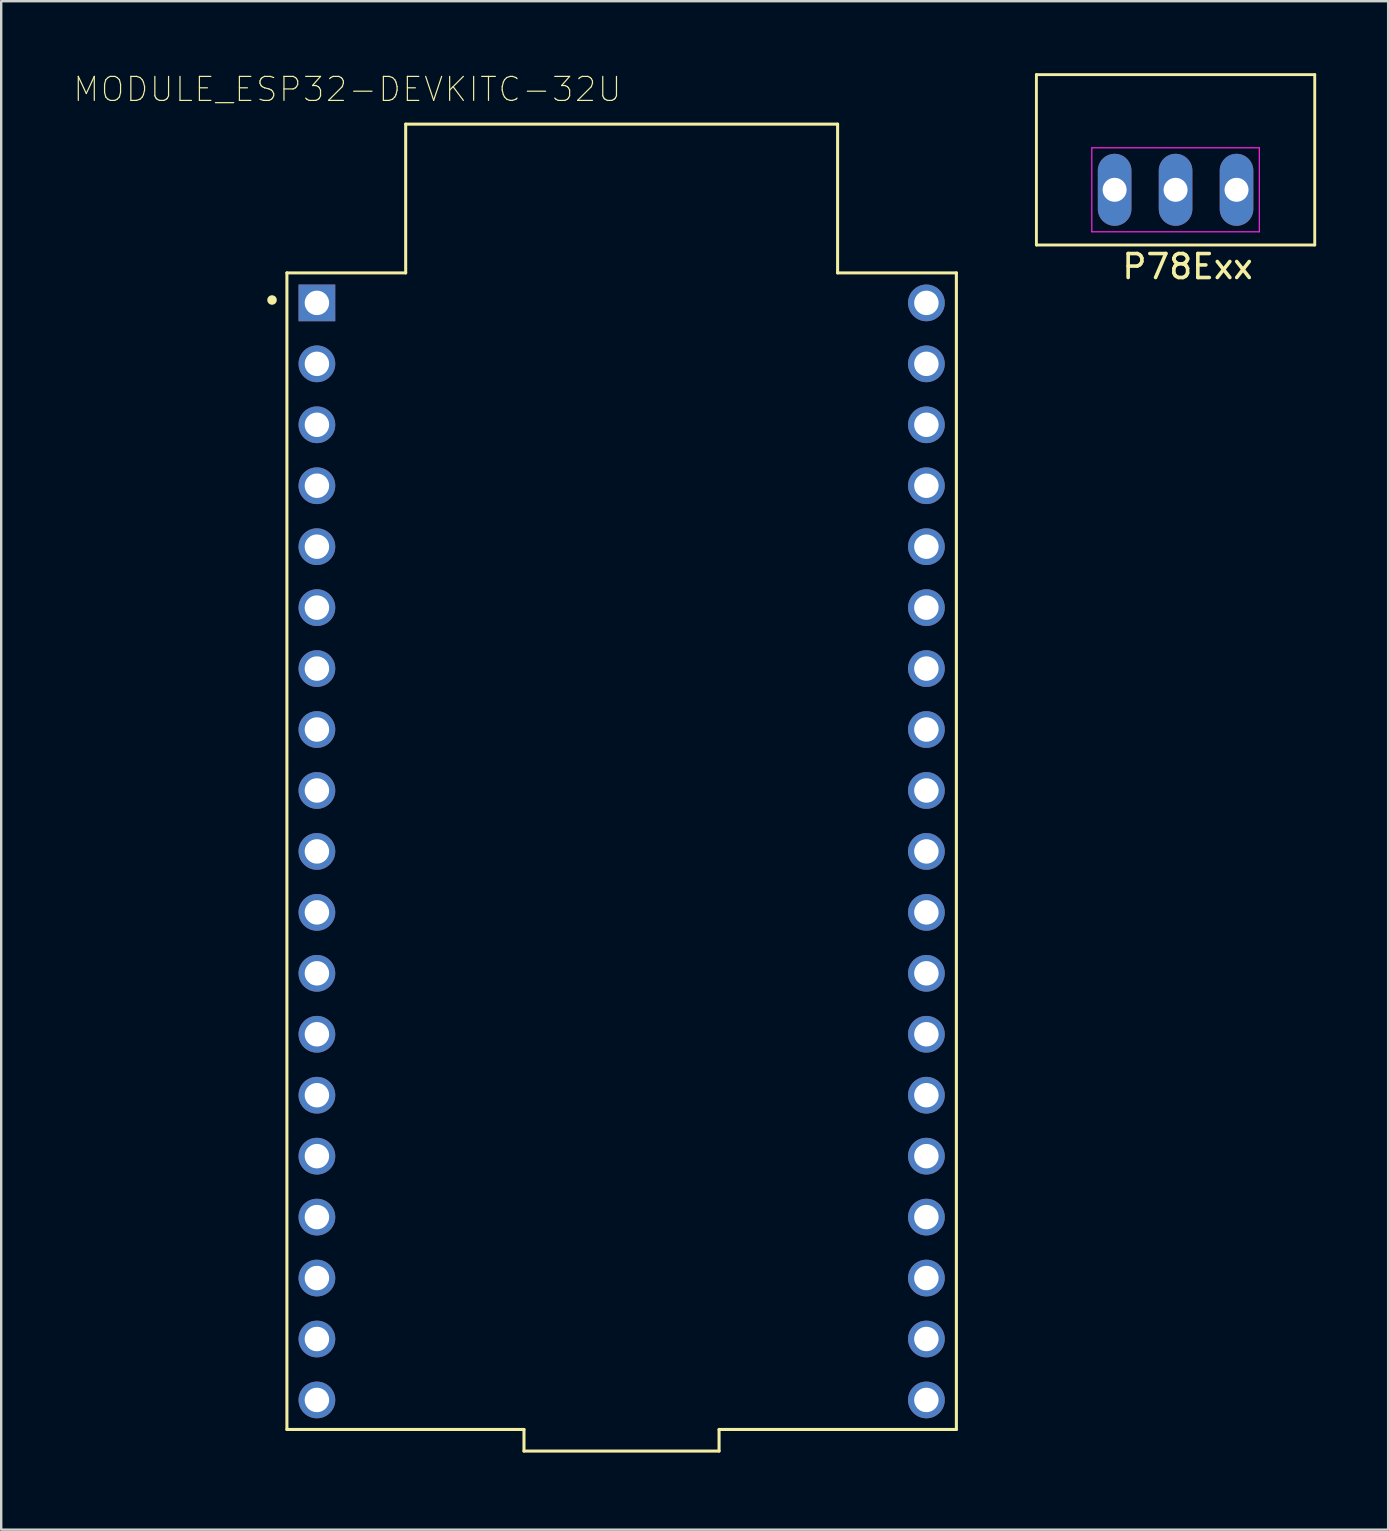
<source format=kicad_pcb>
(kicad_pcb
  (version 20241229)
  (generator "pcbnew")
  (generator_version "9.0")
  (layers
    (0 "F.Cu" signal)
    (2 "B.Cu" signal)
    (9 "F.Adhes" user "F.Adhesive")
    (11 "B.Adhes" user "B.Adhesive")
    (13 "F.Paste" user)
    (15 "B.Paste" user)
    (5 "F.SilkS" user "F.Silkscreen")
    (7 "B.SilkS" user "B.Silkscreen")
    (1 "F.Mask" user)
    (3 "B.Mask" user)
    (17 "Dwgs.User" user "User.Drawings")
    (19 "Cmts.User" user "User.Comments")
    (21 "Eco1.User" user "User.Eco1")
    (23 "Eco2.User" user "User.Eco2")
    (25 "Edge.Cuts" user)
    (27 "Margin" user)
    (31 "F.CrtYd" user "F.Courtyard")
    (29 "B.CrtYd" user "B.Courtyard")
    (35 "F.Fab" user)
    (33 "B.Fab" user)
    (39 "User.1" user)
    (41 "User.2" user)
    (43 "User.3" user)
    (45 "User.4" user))
  (footprint "P78Exx"
    (layer "F.Cu")
    (at 45.942 4.86)
    (property "Reference" "P78Exx" (at 0.5 3.2 0) (layer "F.SilkS") (effects (font (size 1 1) (thickness 0.15))))
    (attr through_hole)
    (fp_line (start -5.8 -4.8) (end -5.8 2.3) (stroke (width 0.12) (type solid)) (layer "F.SilkS"))
    (fp_line (start -5.8 2.3) (end 5.8 2.3) (stroke (width 0.12) (type solid)) (layer "F.SilkS"))
    (fp_line (start 5.8 -4.8) (end -5.8 -4.8) (stroke (width 0.12) (type solid)) (layer "F.SilkS"))
    (fp_line (start 5.8 2.3) (end 5.8 -4.8) (stroke (width 0.12) (type solid)) (layer "F.SilkS"))
    (fp_line (start -3.49 -1.75) (end 3.49 -1.75) (stroke (width 0.05) (type solid)) (layer "F.CrtYd"))
    (fp_line (start -3.49 1.75) (end -3.49 -1.75) (stroke (width 0.05) (type solid)) (layer "F.CrtYd"))
    (fp_line (start 3.49 -1.75) (end 3.49 1.75) (stroke (width 0.05) (type solid)) (layer "F.CrtYd"))
    (fp_line (start 3.49 1.75) (end -3.49 1.75) (stroke (width 0.05) (type solid)) (layer "F.CrtYd"))
    (pad "1" thru_hole oval (at -2.54 0) (size 1.4 3) (drill 1) (layers "*.Cu" "*.Mask"))
    (pad "2" thru_hole oval (at 0 0) (size 1.4 3) (drill 1) (layers "*.Cu" "*.Mask"))
    (pad "3" thru_hole oval (at 2.54 0) (size 1.4 3) (drill 1) (layers "*.Cu" "*.Mask")))
  (footprint "MODULE_ESP32-DEVKITC-32U"
    (layer "F.Cu")
    (at 22.857 32.423)
    (property "Reference" "MODULE_ESP32-DEVKITC-32U" (at -11.43 -31.75 0) (layer "F.SilkS") (effects (font (size 1 1) (thickness 0.05))))
    (attr through_hole)
    (fp_line (start -13.95 -24.1) (end -13.95 24.1) (stroke (width 0.127) (type solid)) (layer "F.SilkS"))
    (fp_line (start -13.95 24.1) (end -4.07 24.1) (stroke (width 0.127) (type solid)) (layer "F.SilkS"))
    (fp_line (start -9 -30.3) (end 9 -30.3) (stroke (width 0.127) (type solid)) (layer "F.SilkS"))
    (fp_line (start -9 -24.1) (end -13.95 -24.1) (stroke (width 0.127) (type solid)) (layer "F.SilkS"))
    (fp_line (start -9 -24.1) (end -9 -30.3) (stroke (width 0.127) (type solid)) (layer "F.SilkS"))
    (fp_line (start -4.07 24.1) (end -4.07 25) (stroke (width 0.127) (type solid)) (layer "F.SilkS"))
    (fp_line (start -4.07 25) (end 4.06 25) (stroke (width 0.127) (type solid)) (layer "F.SilkS"))
    (fp_line (start 4.06 24.1) (end 13.95 24.1) (stroke (width 0.127) (type solid)) (layer "F.SilkS"))
    (fp_line (start 4.06 25) (end 4.06 24.1) (stroke (width 0.127) (type solid)) (layer "F.SilkS"))
    (fp_line (start 9 -30.3) (end 9 -24.1) (stroke (width 0.127) (type solid)) (layer "F.SilkS"))
    (fp_line (start 13.95 -24.1) (end 9 -24.1) (stroke (width 0.127) (type solid)) (layer "F.SilkS"))
    (fp_line (start 13.95 24.1) (end 13.95 -24.1) (stroke (width 0.127) (type solid)) (layer "F.SilkS"))
    (fp_circle (center -14.57 -22.97) (end -14.47 -22.97) (stroke (width 0.2) (type solid)) (fill no) (layer "F.SilkS"))
    (fp_line (start -14.2 -24.38) (end -14.2 24.38) (stroke (width 0.05) (type solid)) (layer "Eco1.User"))
    (fp_line (start -14.2 24.38) (end -4.32 24.38) (stroke (width 0.05) (type solid)) (layer "Eco1.User"))
    (fp_line (start -9.25 -30.55) (end 9.25 -30.55) (stroke (width 0.05) (type solid)) (layer "Eco1.User"))
    (fp_line (start -9.25 -24.38) (end -14.2 -24.38) (stroke (width 0.05) (type solid)) (layer "Eco1.User"))
    (fp_line (start -9.25 -24.38) (end -9.25 -30.55) (stroke (width 0.05) (type solid)) (layer "Eco1.User"))
    (fp_line (start -4.32 24.38) (end -4.32 25.25) (stroke (width 0.05) (type solid)) (layer "Eco1.User"))
    (fp_line (start -4.32 25.25) (end 4.31 25.25) (stroke (width 0.05) (type solid)) (layer "Eco1.User"))
    (fp_line (start 4.31 24.38) (end 14.2 24.38) (stroke (width 0.05) (type solid)) (layer "Eco1.User"))
    (fp_line (start 4.31 25.25) (end 4.31 24.38) (stroke (width 0.05) (type solid)) (layer "Eco1.User"))
    (fp_line (start 9.25 -30.55) (end 9.25 -24.38) (stroke (width 0.05) (type solid)) (layer "Eco1.User"))
    (fp_line (start 14.2 -24.38) (end 9.25 -24.38) (stroke (width 0.05) (type solid)) (layer "Eco1.User"))
    (fp_line (start 14.2 24.38) (end 14.2 -24.38) (stroke (width 0.05) (type solid)) (layer "Eco1.User"))
    (fp_line (start -13.95 -24.1) (end -13.95 24.1) (stroke (width 0.127) (type solid)) (layer "Eco2.User"))
    (fp_line (start -13.95 24.1) (end -4.07 24.1) (stroke (width 0.127) (type solid)) (layer "Eco2.User"))
    (fp_line (start -9 -30.3) (end 9 -30.3) (stroke (width 0.127) (type solid)) (layer "Eco2.User"))
    (fp_line (start -9 -24.1) (end -13.95 -24.1) (stroke (width 0.127) (type solid)) (layer "Eco2.User"))
    (fp_line (start -9 -24.1) (end -9 -30.3) (stroke (width 0.127) (type solid)) (layer "Eco2.User"))
    (fp_line (start -4.07 24.1) (end -4.07 25) (stroke (width 0.127) (type solid)) (layer "Eco2.User"))
    (fp_line (start -4.07 25) (end 4.06 25) (stroke (width 0.127) (type solid)) (layer "Eco2.User"))
    (fp_line (start 4.06 24.1) (end 13.95 24.1) (stroke (width 0.127) (type solid)) (layer "Eco2.User"))
    (fp_line (start 4.06 25) (end 4.06 24.1) (stroke (width 0.127) (type solid)) (layer "Eco2.User"))
    (fp_line (start 9 -30.3) (end 9 -24.1) (stroke (width 0.127) (type solid)) (layer "Eco2.User"))
    (fp_line (start 9 -24.1) (end -9 -24.1) (stroke (width 0.127) (type solid)) (layer "Eco2.User"))
    (fp_line (start 13.95 -24.1) (end 9 -24.1) (stroke (width 0.127) (type solid)) (layer "Eco2.User"))
    (fp_line (start 13.95 24.1) (end 13.95 -24.1) (stroke (width 0.127) (type solid)) (layer "Eco2.User"))
    (fp_circle (center -14.57 -22.97) (end -14.47 -22.97) (stroke (width 0.2) (type solid)) (fill no) (layer "Eco2.User"))
    (pad "1" thru_hole rect (at -12.7 -22.85) (size 1.53 1.53) (drill 1.02) (layers "*.Cu" "*.Mask"))
    (pad "2" thru_hole circle (at -12.7 -20.31) (size 1.53 1.53) (drill 1.02) (layers "*.Cu" "*.Mask"))
    (pad "3" thru_hole circle (at -12.7 -17.77) (size 1.53 1.53) (drill 1.02) (layers "*.Cu" "*.Mask"))
    (pad "4" thru_hole circle (at -12.7 -15.23) (size 1.53 1.53) (drill 1.02) (layers "*.Cu" "*.Mask"))
    (pad "5" thru_hole circle (at -12.7 -12.69) (size 1.53 1.53) (drill 1.02) (layers "*.Cu" "*.Mask"))
    (pad "6" thru_hole circle (at -12.7 -10.15) (size 1.53 1.53) (drill 1.02) (layers "*.Cu" "*.Mask"))
    (pad "7" thru_hole circle (at -12.7 -7.61) (size 1.53 1.53) (drill 1.02) (layers "*.Cu" "*.Mask"))
    (pad "8" thru_hole circle (at -12.7 -5.07) (size 1.53 1.53) (drill 1.02) (layers "*.Cu" "*.Mask"))
    (pad "9" thru_hole circle (at -12.7 -2.53) (size 1.53 1.53) (drill 1.02) (layers "*.Cu" "*.Mask"))
    (pad "10" thru_hole circle (at -12.7 0.01) (size 1.53 1.53) (drill 1.02) (layers "*.Cu" "*.Mask"))
    (pad "11" thru_hole circle (at -12.7 2.55) (size 1.53 1.53) (drill 1.02) (layers "*.Cu" "*.Mask"))
    (pad "12" thru_hole circle (at -12.7 5.09) (size 1.53 1.53) (drill 1.02) (layers "*.Cu" "*.Mask"))
    (pad "13" thru_hole circle (at -12.7 7.63) (size 1.53 1.53) (drill 1.02) (layers "*.Cu" "*.Mask"))
    (pad "14" thru_hole circle (at -12.7 10.17) (size 1.53 1.53) (drill 1.02) (layers "*.Cu" "*.Mask"))
    (pad "15" thru_hole circle (at -12.7 12.71) (size 1.53 1.53) (drill 1.02) (layers "*.Cu" "*.Mask"))
    (pad "16" thru_hole circle (at -12.7 15.25) (size 1.53 1.53) (drill 1.02) (layers "*.Cu" "*.Mask"))
    (pad "17" thru_hole circle (at -12.7 17.79) (size 1.53 1.53) (drill 1.02) (layers "*.Cu" "*.Mask"))
    (pad "18" thru_hole circle (at -12.7 20.33) (size 1.53 1.53) (drill 1.02) (layers "*.Cu" "*.Mask"))
    (pad "19" thru_hole circle (at -12.7 22.87) (size 1.53 1.53) (drill 1.02) (layers "*.Cu" "*.Mask"))
    (pad "20" thru_hole circle (at 12.7 22.87) (size 1.53 1.53) (drill 1.02) (layers "*.Cu" "*.Mask"))
    (pad "21" thru_hole circle (at 12.7 20.33) (size 1.53 1.53) (drill 1.02) (layers "*.Cu" "*.Mask"))
    (pad "22" thru_hole circle (at 12.7 17.79) (size 1.53 1.53) (drill 1.02) (layers "*.Cu" "*.Mask"))
    (pad "23" thru_hole circle (at 12.7 15.25) (size 1.53 1.53) (drill 1.02) (layers "*.Cu" "*.Mask"))
    (pad "24" thru_hole circle (at 12.7 12.71) (size 1.53 1.53) (drill 1.02) (layers "*.Cu" "*.Mask"))
    (pad "25" thru_hole circle (at 12.7 10.17) (size 1.53 1.53) (drill 1.02) (layers "*.Cu" "*.Mask"))
    (pad "26" thru_hole circle (at 12.7 7.63) (size 1.53 1.53) (drill 1.02) (layers "*.Cu" "*.Mask"))
    (pad "27" thru_hole circle (at 12.7 5.09) (size 1.53 1.53) (drill 1.02) (layers "*.Cu" "*.Mask"))
    (pad "28" thru_hole circle (at 12.7 2.55) (size 1.53 1.53) (drill 1.02) (layers "*.Cu" "*.Mask"))
    (pad "29" thru_hole circle (at 12.7 0.01) (size 1.53 1.53) (drill 1.02) (layers "*.Cu" "*.Mask"))
    (pad "30" thru_hole circle (at 12.7 -2.53) (size 1.53 1.53) (drill 1.02) (layers "*.Cu" "*.Mask"))
    (pad "31" thru_hole circle (at 12.7 -5.07) (size 1.53 1.53) (drill 1.02) (layers "*.Cu" "*.Mask"))
    (pad "32" thru_hole circle (at 12.7 -7.61) (size 1.53 1.53) (drill 1.02) (layers "*.Cu" "*.Mask"))
    (pad "33" thru_hole circle (at 12.7 -10.15) (size 1.53 1.53) (drill 1.02) (layers "*.Cu" "*.Mask"))
    (pad "34" thru_hole circle (at 12.7 -12.69) (size 1.53 1.53) (drill 1.02) (layers "*.Cu" "*.Mask"))
    (pad "35" thru_hole circle (at 12.7 -15.23) (size 1.53 1.53) (drill 1.02) (layers "*.Cu" "*.Mask"))
    (pad "36" thru_hole circle (at 12.7 -17.77) (size 1.53 1.53) (drill 1.02) (layers "*.Cu" "*.Mask"))
    (pad "37" thru_hole circle (at 12.7 -20.31) (size 1.53 1.53) (drill 1.02) (layers "*.Cu" "*.Mask"))
    (pad "38" thru_hole circle (at 12.7 -22.85) (size 1.53 1.53) (drill 1.02) (layers "*.Cu" "*.Mask")))
  (gr_rect
    (start -3 -3)
    (end 54.802 60.698)
    (stroke (width 0.1) (type default))
    (fill no)
    (layer "Edge.Cuts")))
</source>
